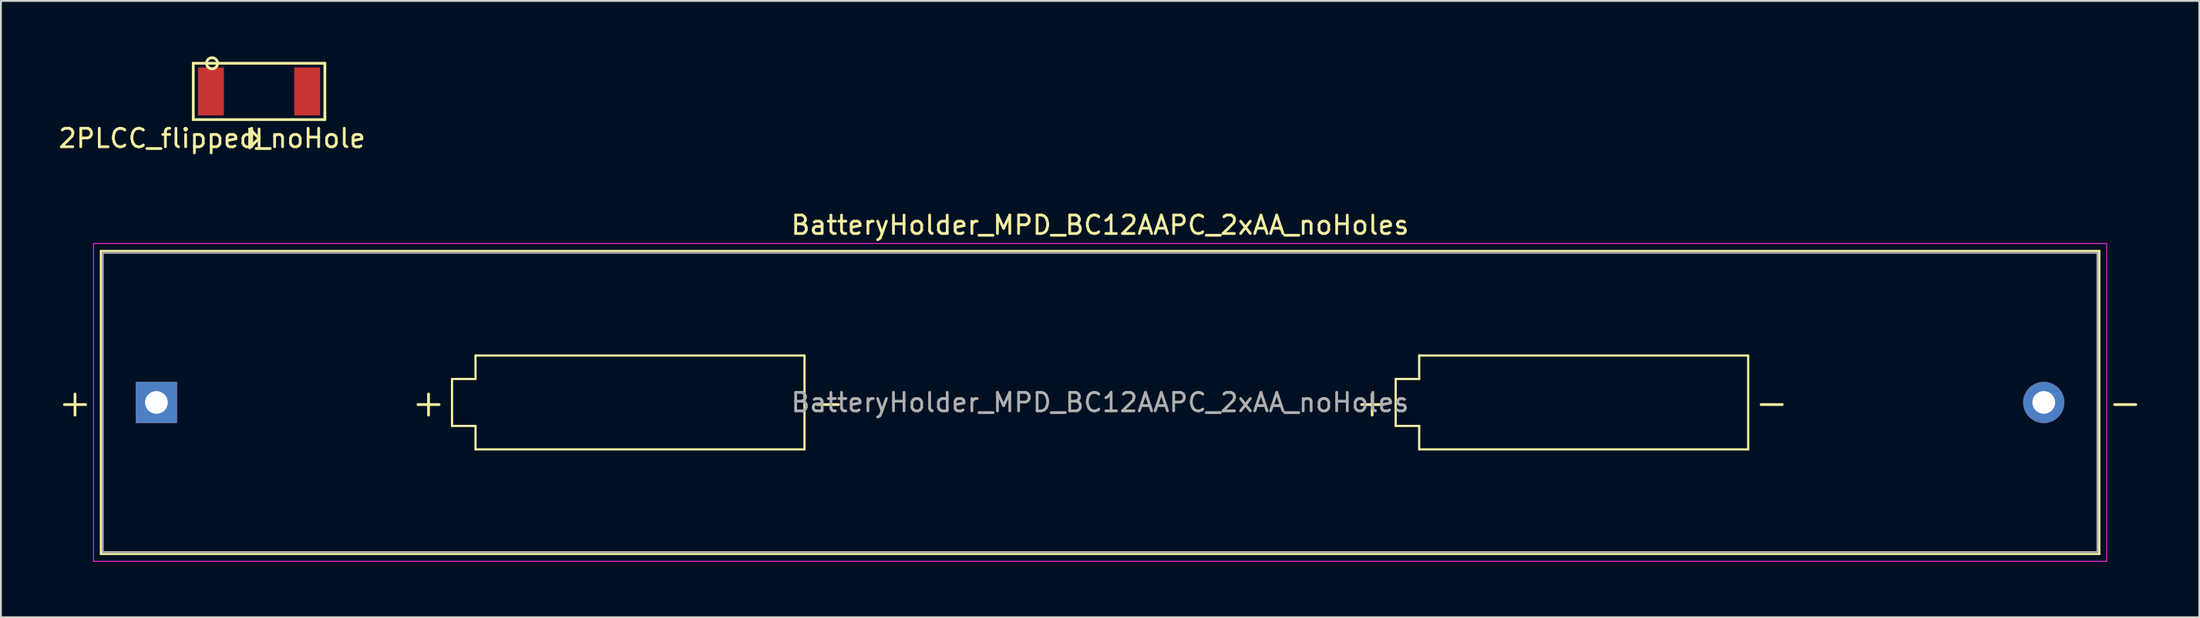
<source format=kicad_pcb>
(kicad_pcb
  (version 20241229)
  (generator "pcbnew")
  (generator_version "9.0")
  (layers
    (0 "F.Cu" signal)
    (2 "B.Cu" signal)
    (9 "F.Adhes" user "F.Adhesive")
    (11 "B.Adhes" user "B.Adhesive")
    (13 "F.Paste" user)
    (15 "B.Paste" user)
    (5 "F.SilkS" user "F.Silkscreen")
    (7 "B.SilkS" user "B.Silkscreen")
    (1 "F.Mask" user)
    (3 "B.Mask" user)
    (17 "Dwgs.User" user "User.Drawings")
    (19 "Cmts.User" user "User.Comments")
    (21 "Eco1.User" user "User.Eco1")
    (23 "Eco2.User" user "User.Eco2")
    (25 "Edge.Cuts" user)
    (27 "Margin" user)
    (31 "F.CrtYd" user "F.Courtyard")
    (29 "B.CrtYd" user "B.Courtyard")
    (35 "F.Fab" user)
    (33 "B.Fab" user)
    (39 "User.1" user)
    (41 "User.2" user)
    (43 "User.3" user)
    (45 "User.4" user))
  (footprint "2PLCC_flipped_noHole"
    (layer "F.Cu")
    (at 10.951 1.899)
    (property "Reference" "2PLCC_flipped_noHole" (at -2.54 2.54 0) (layer "F.SilkS") (effects (font (size 1 1) (thickness 0.15))))
    (attr through_hole)
    (fp_poly (pts (xy -1.524 -1.016) (xy 1.524 -1.016) (xy 1.524 1.016) (xy -1.524 1.016)) (stroke (width 0.15) (type solid)) (fill yes) (layer "F.Mask"))
    (fp_line (start -3.556 -1.524) (end 3.556 -1.524) (stroke (width 0.15) (type solid)) (layer "F.SilkS"))
    (fp_line (start -3.556 1.524) (end -3.556 -1.524) (stroke (width 0.15) (type solid)) (layer "F.SilkS"))
    (fp_line (start -0.508 2.032) (end -0.508 3.048) (stroke (width 0.15) (type solid)) (layer "F.SilkS"))
    (fp_line (start -0.508 3.048) (end 0 2.54) (stroke (width 0.15) (type solid)) (layer "F.SilkS"))
    (fp_line (start 0 2.032) (end 0 3.048) (stroke (width 0.15) (type solid)) (layer "F.SilkS"))
    (fp_line (start 0 2.54) (end -0.508 2.032) (stroke (width 0.15) (type solid)) (layer "F.SilkS"))
    (fp_line (start 3.556 -1.524) (end 3.556 1.524) (stroke (width 0.15) (type solid)) (layer "F.SilkS"))
    (fp_line (start 3.556 1.524) (end -3.556 1.524) (stroke (width 0.15) (type solid)) (layer "F.SilkS"))
    (fp_circle (center -2.54 -1.524) (end -2.24 -1.524) (stroke (width 0.15) (type solid)) (fill no) (layer "F.SilkS"))
    (pad "1" smd rect (at -2.6 0) (size 1.4 2.6) (layers "F.Cu" "F.Mask" "F.Paste"))
    (pad "2" smd rect (at 2.6 0) (size 1.4 2.6) (layers "F.Cu" "F.Mask" "F.Paste")))
  (footprint "BatteryHolder_MPD_BC12AAPC_2xAA_noHoles"
    (layer "F.Cu")
    (at 5.404 18.735)
    (property "Reference" "BatteryHolder_MPD_BC12AAPC_2xAA_noHoles" (at 51 -9.6 0) (layer "F.SilkS") (effects (font (size 1 1) (thickness 0.15))))
    (attr through_hole)
    (fp_line (start -3 -8.2) (end -3 8.2) (stroke (width 0.12) (type solid)) (layer "F.SilkS"))
    (fp_line (start -3 8.2) (end 105 8.2) (stroke (width 0.12) (type solid)) (layer "F.SilkS"))
    (fp_line (start 15.975 -1.27) (end 17.245 -1.27) (stroke (width 0.12) (type solid)) (layer "F.SilkS"))
    (fp_line (start 15.975 1.27) (end 15.975 -1.27) (stroke (width 0.12) (type solid)) (layer "F.SilkS"))
    (fp_line (start 17.245 -2.54) (end 35.025 -2.54) (stroke (width 0.12) (type solid)) (layer "F.SilkS"))
    (fp_line (start 17.245 -1.27) (end 17.245 -2.54) (stroke (width 0.12) (type solid)) (layer "F.SilkS"))
    (fp_line (start 17.245 1.27) (end 15.975 1.27) (stroke (width 0.12) (type solid)) (layer "F.SilkS"))
    (fp_line (start 17.245 2.54) (end 17.245 1.27) (stroke (width 0.12) (type solid)) (layer "F.SilkS"))
    (fp_line (start 35.025 -2.54) (end 35.025 2.54) (stroke (width 0.12) (type solid)) (layer "F.SilkS"))
    (fp_line (start 35.025 2.54) (end 17.245 2.54) (stroke (width 0.12) (type solid)) (layer "F.SilkS"))
    (fp_line (start 66.975 -1.27) (end 68.245 -1.27) (stroke (width 0.12) (type solid)) (layer "F.SilkS"))
    (fp_line (start 66.975 1.27) (end 66.975 -1.27) (stroke (width 0.12) (type solid)) (layer "F.SilkS"))
    (fp_line (start 68.245 -2.54) (end 86.025 -2.54) (stroke (width 0.12) (type solid)) (layer "F.SilkS"))
    (fp_line (start 68.245 -1.27) (end 68.245 -2.54) (stroke (width 0.12) (type solid)) (layer "F.SilkS"))
    (fp_line (start 68.245 1.27) (end 66.975 1.27) (stroke (width 0.12) (type solid)) (layer "F.SilkS"))
    (fp_line (start 68.245 2.54) (end 68.245 1.27) (stroke (width 0.12) (type solid)) (layer "F.SilkS"))
    (fp_line (start 86.025 -2.54) (end 86.025 2.54) (stroke (width 0.12) (type solid)) (layer "F.SilkS"))
    (fp_line (start 86.025 2.54) (end 68.245 2.54) (stroke (width 0.12) (type solid)) (layer "F.SilkS"))
    (fp_line (start 105 -8.2) (end -3 -8.2) (stroke (width 0.12) (type solid)) (layer "F.SilkS"))
    (fp_line (start 105 8.2) (end 105 -8.2) (stroke (width 0.12) (type solid)) (layer "F.SilkS"))
    (fp_line (start -3.4 -8.6) (end -3.4 8.6) (stroke (width 0.05) (type solid)) (layer "F.CrtYd"))
    (fp_line (start -3.4 8.6) (end 105.4 8.6) (stroke (width 0.05) (type solid)) (layer "F.CrtYd"))
    (fp_line (start 105.4 -8.6) (end -3.4 -8.6) (stroke (width 0.05) (type solid)) (layer "F.CrtYd"))
    (fp_line (start 105.4 8.6) (end 105.4 -8.6) (stroke (width 0.05) (type solid)) (layer "F.CrtYd"))
    (fp_line (start -2.9 -8.1) (end -2.9 8.1) (stroke (width 0.1) (type solid)) (layer "F.Fab"))
    (fp_line (start -2.9 8.1) (end 104.9 8.1) (stroke (width 0.1) (type solid)) (layer "F.Fab"))
    (fp_line (start 104.9 -8.1) (end -2.9 -8.1) (stroke (width 0.1) (type solid)) (layer "F.Fab"))
    (fp_line (start 104.9 8.1) (end 104.9 -8.1) (stroke (width 0.1) (type solid)) (layer "F.Fab"))
    (fp_text user "-" (at 106.4 0 0) (layer "F.SilkS") (effects (font (size 1.5 1.5) (thickness 0.15))))
    (fp_text user "+" (at -4.4 0 0) (layer "F.SilkS") (effects (font (size 1.5 1.5) (thickness 0.15))))
    (fp_text user "-" (at 36.295 0 0) (layer "F.SilkS") (effects (font (size 1.5 1.5) (thickness 0.15))))
    (fp_text user "+" (at 65.705 0 0) (layer "F.SilkS") (effects (font (size 1.5 1.5) (thickness 0.15))))
    (fp_text user "-" (at 87.295 0 0) (layer "F.SilkS") (effects (font (size 1.5 1.5) (thickness 0.15))))
    (fp_text user "+" (at 14.705 0 0) (layer "F.SilkS") (effects (font (size 1.5 1.5) (thickness 0.15))))
    (fp_text user "${REFERENCE}" (at 51 0 0) (layer "F.Fab") (effects (font (size 1 1) (thickness 0.15))))
    (pad "1" thru_hole rect (at 0 0) (size 2.23 2.23) (drill 1.23) (layers "*.Cu" "*.Mask"))
    (pad "2" thru_hole circle (at 102 0) (size 2.23 2.23) (drill 1.23) (layers "*.Cu" "*.Mask")))
  (gr_rect
    (start -3 -3)
    (end 115.807 30.36)
    (stroke (width 0.1) (type default))
    (fill no)
    (layer "Edge.Cuts")))
</source>
